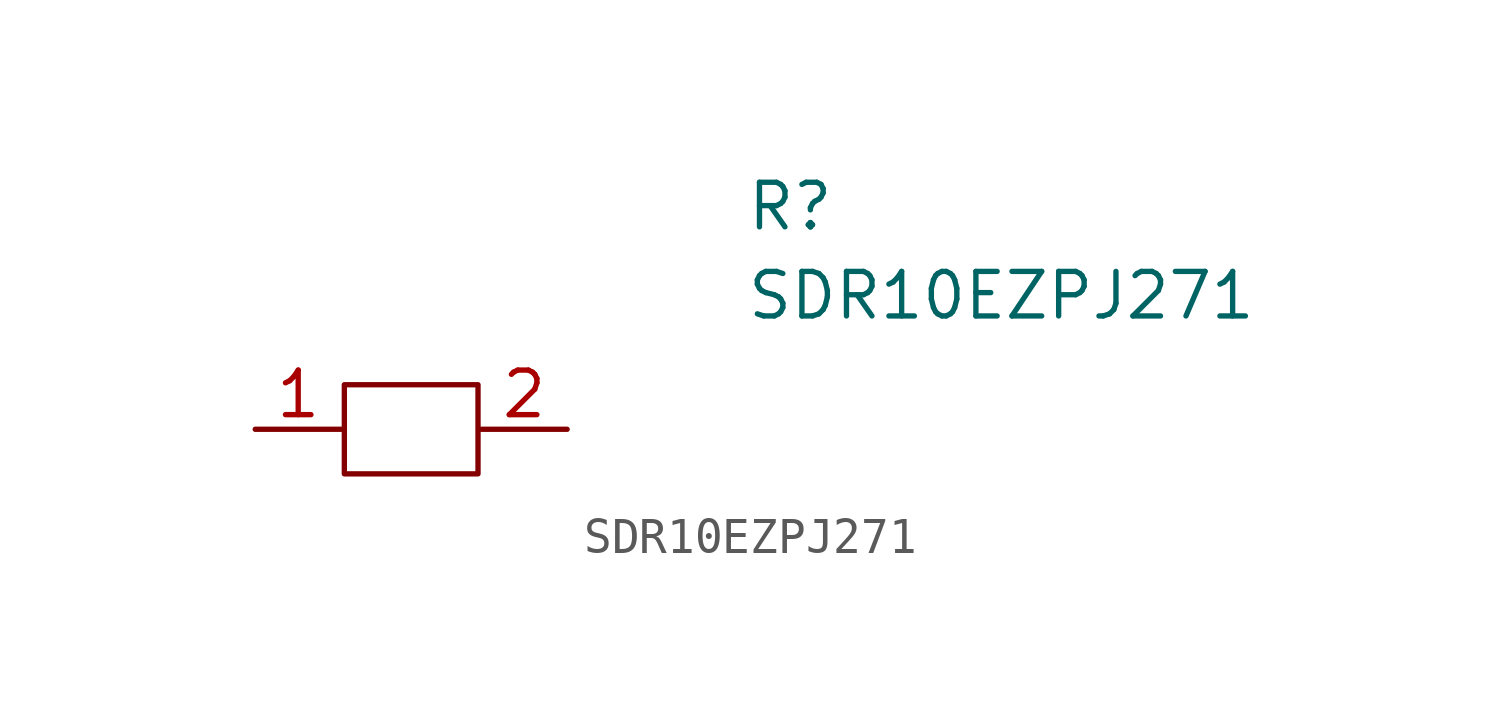
<source format=kicad_sym>
(kicad_symbol_lib
  (version 20211014)
  (generator kicad_symbol_editor)
  (symbol "SDR10EZPJ271"
    (pin_names
      (offset 0.762))
    (property "Reference" "R"
      (at 13.97 6.35 0)
      (effects (font (size 1.27 1.27)) (justify left)))
    (property "Value" "SDR10EZPJ271"
      (at 13.97 3.81 0)
      (effects (font (size 1.27 1.27)) (justify left)))
    (symbol "SDR10EZPJ271_0_0"
      (pin passive line (at 0 0 0) (length 2.45) (name "~" (effects (font (size 1.27 1.27)))) (number "1" (effects (font (size 1.27 1.27)))))
      (pin passive line (at 8.89 0 180) (length 2.45) (name "~" (effects (font (size 1.27 1.27)))) (number "2" (effects (font (size 1.27 1.27))))))
    (symbol "SDR10EZPJ271_0_1"
      (polyline (pts (xy 2.54 1.27) (xy 6.35 1.27) (xy 6.35 -1.27) (xy 2.54 -1.27) (xy 2.54 1.27)) (stroke (width 0.152) (type default) (color 0 0 0 0)) (fill (type none))))))
</source>
